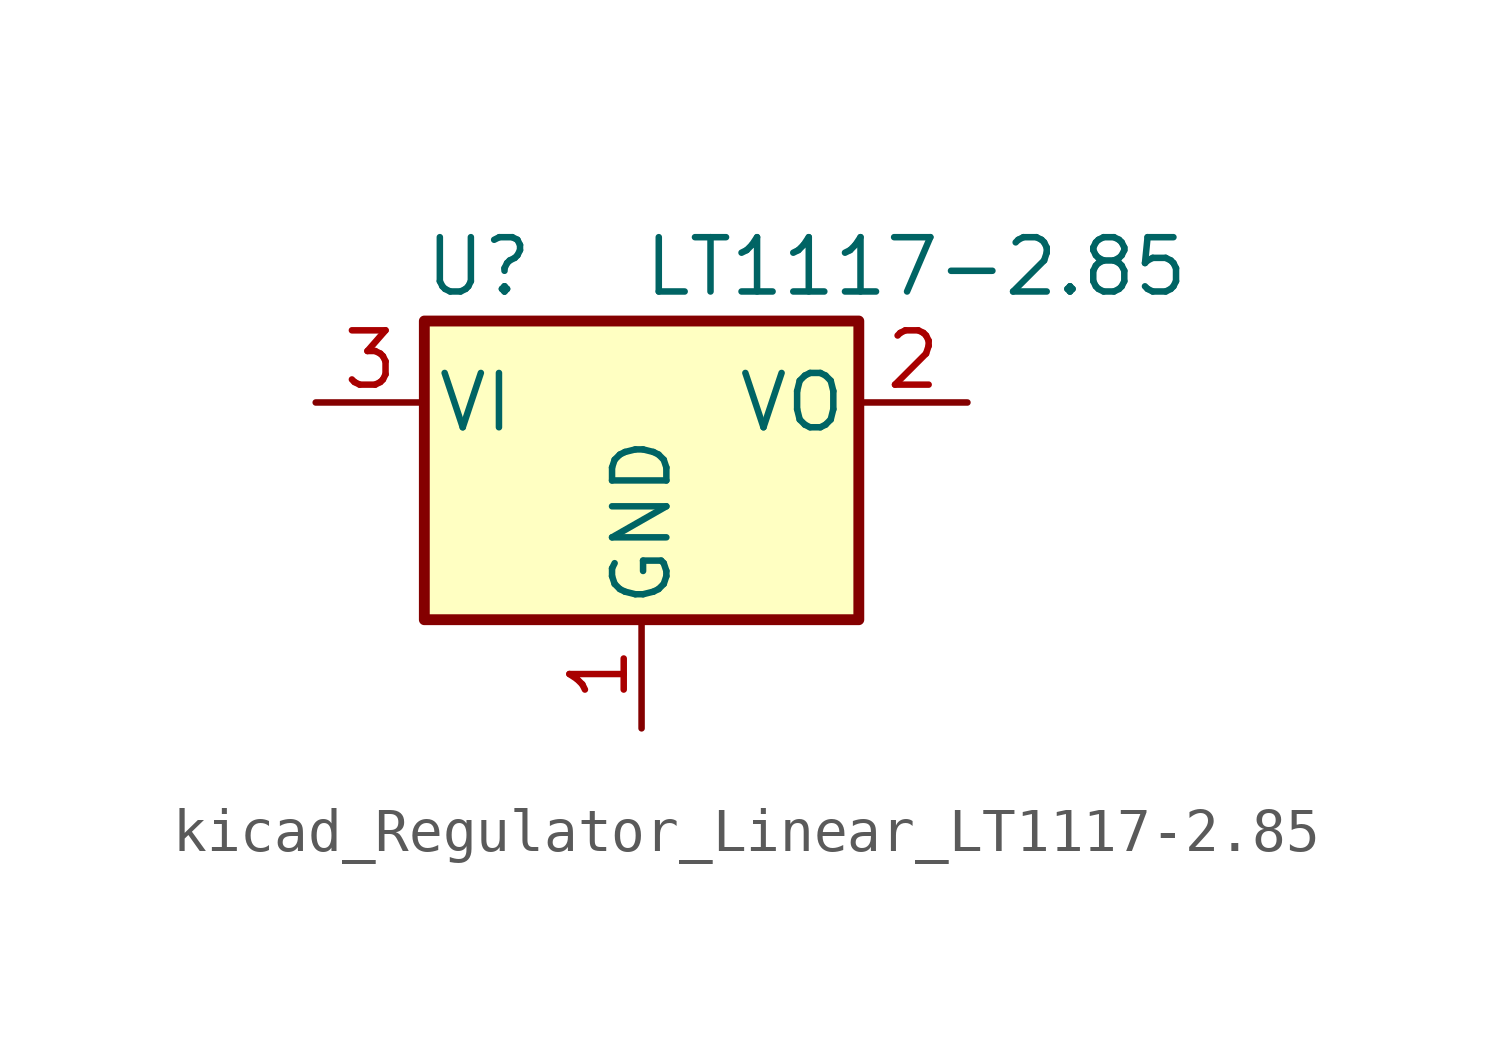
<source format=kicad_sym>
(kicad_symbol_lib
  (version 20220914)
  (generator kicad_symbol_editor)
  (symbol "kicad_Regulator_Linear_LT1117-2.85"
    (pin_names
      (offset 0.254))
    (property "Reference" "U"
      (at -3.81 3.175 0)
      (effects (font (size 1.27 1.27))))
    (property "Value" "LT1117-2.85"
      (at 0 3.175 0)
      (effects (font (size 1.27 1.27)) (justify left)))
    (symbol "kicad_Regulator_Linear_LT1117-2.85_0_1"
      (rectangle (start -5.08 -5.08) (end 5.08 1.905) (stroke (width 0.254) (type default)) (fill (type background))))
    (symbol "kicad_Regulator_Linear_LT1117-2.85_1_1"
      (pin power_in line (at 0 -7.62 90) (length 2.54) (name "GND" (effects (font (size 1.27 1.27)))) (number "1" (effects (font (size 1.27 1.27)))))
      (pin power_out line (at 7.62 0 180) (length 2.54) (name "VO" (effects (font (size 1.27 1.27)))) (number "2" (effects (font (size 1.27 1.27)))))
      (pin power_in line (at -7.62 0 0) (length 2.54) (name "VI" (effects (font (size 1.27 1.27)))) (number "3" (effects (font (size 1.27 1.27))))))))
</source>
